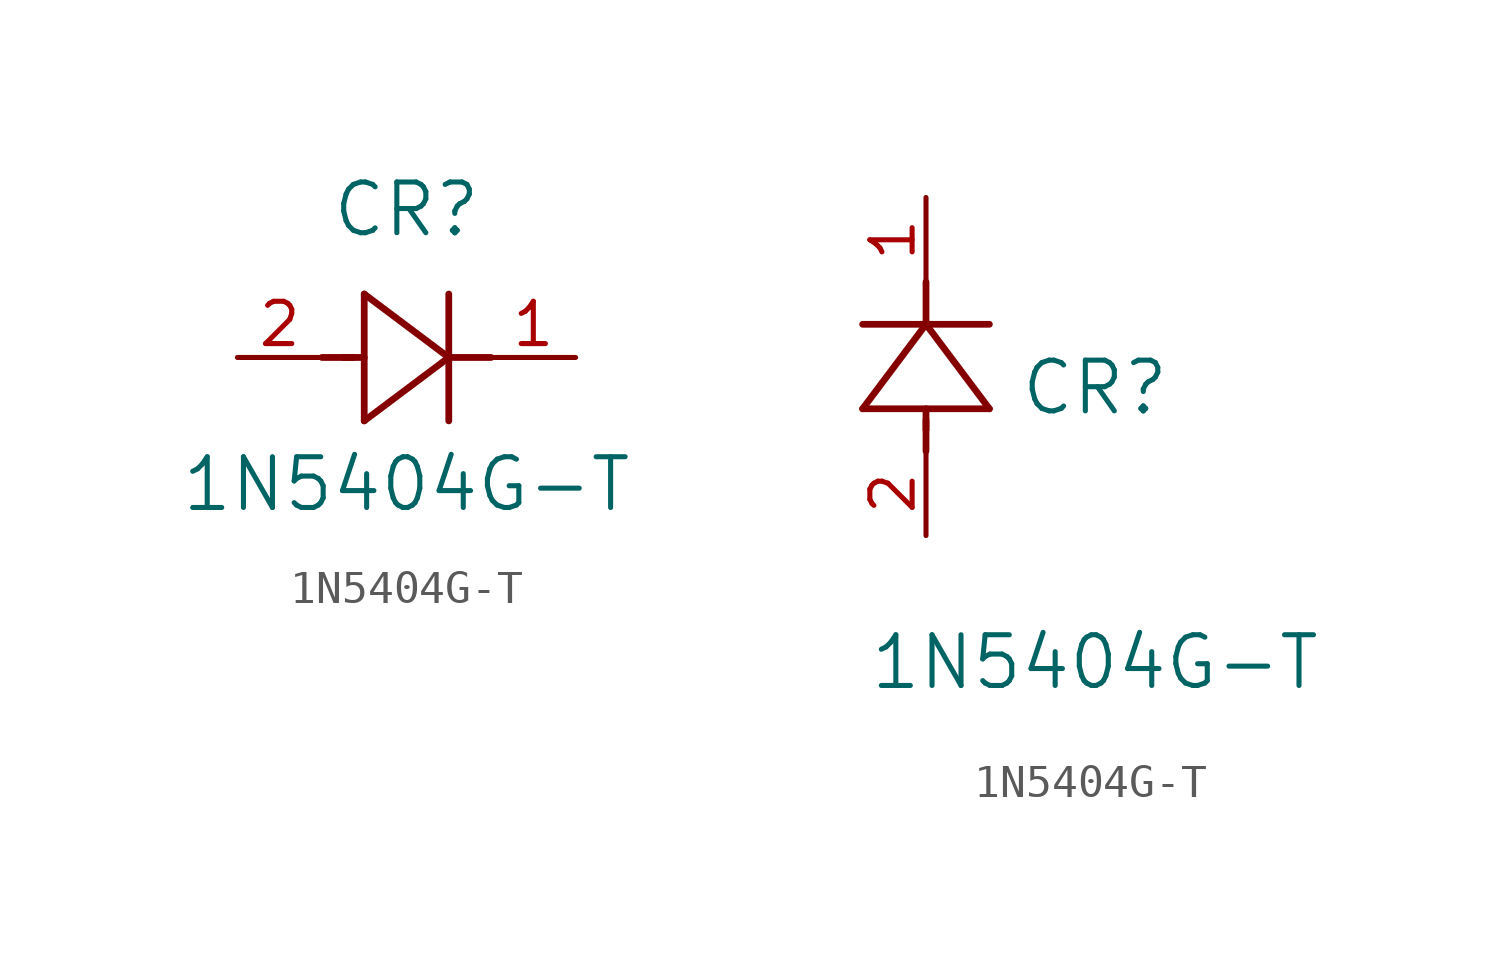
<source format=kicad_sym>
(kicad_symbol_lib
  (version 20211014)
  (generator kicad_symbol_editor)
  (symbol "1N5404G-T"
    (pin_names
      (offset 0.254))
    (property "Reference" "CR"
      (at 5.08 4.445 0)
      (effects (font (size 1.524 1.524))))
    (property "Value" "1N5404G-T"
      (at 5.08 -3.81 0)
      (effects (font (size 1.524 1.524))))
    (symbol "1N5404G-T_1_1"
      (polyline (pts (xy 2.54 0) (xy 3.48 0)) (stroke (width 0.203) (type default) (color 0 0 0 0)) (fill (type none)))
      (polyline (pts (xy 3.81 1.905) (xy 3.81 -1.905)) (stroke (width 0.203) (type default) (color 0 0 0 0)) (fill (type none)))
      (polyline (pts (xy 3.175 0) (xy 3.81 0)) (stroke (width 0.203) (type default) (color 0 0 0 0)) (fill (type none)))
      (polyline (pts (xy 6.35 -1.905) (xy 6.35 1.905)) (stroke (width 0.203) (type default) (color 0 0 0 0)) (fill (type none)))
      (polyline (pts (xy 6.35 0) (xy 7.62 0)) (stroke (width 0.203) (type default) (color 0 0 0 0)) (fill (type none)))
      (polyline (pts (xy 6.35 0) (xy 3.81 1.905)) (stroke (width 0.203) (type default) (color 0 0 0 0)) (fill (type none)))
      (polyline (pts (xy 3.81 -1.905) (xy 6.35 0)) (stroke (width 0.203) (type default) (color 0 0 0 0)) (fill (type none)))
      (pin unspecified line (at 0 0 0) (length 2.54) (name "" (effects (font (size 1.27 1.27)))) (number "2" (effects (font (size 1.27 1.27)))))
      (pin unspecified line (at 10.16 0 180) (length 2.54) (name "" (effects (font (size 1.27 1.27)))) (number "1" (effects (font (size 1.27 1.27))))))
    (symbol "1N5404G-T_1_2"
      (polyline (pts (xy 0 2.54) (xy 0 3.48)) (stroke (width 0.203) (type default) (color 0 0 0 0)) (fill (type none)))
      (polyline (pts (xy -1.905 3.81) (xy 1.905 3.81)) (stroke (width 0.203) (type default) (color 0 0 0 0)) (fill (type none)))
      (polyline (pts (xy 0 3.175) (xy 0 3.81)) (stroke (width 0.203) (type default) (color 0 0 0 0)) (fill (type none)))
      (polyline (pts (xy 1.905 6.35) (xy -1.905 6.35)) (stroke (width 0.203) (type default) (color 0 0 0 0)) (fill (type none)))
      (polyline (pts (xy 0 6.35) (xy 0 7.62)) (stroke (width 0.203) (type default) (color 0 0 0 0)) (fill (type none)))
      (polyline (pts (xy 0 6.35) (xy -1.905 3.81)) (stroke (width 0.203) (type default) (color 0 0 0 0)) (fill (type none)))
      (polyline (pts (xy 1.905 3.81) (xy 0 6.35)) (stroke (width 0.203) (type default) (color 0 0 0 0)) (fill (type none)))
      (pin unspecified line (at 0 0 90) (length 2.54) (name "" (effects (font (size 1.27 1.27)))) (number "2" (effects (font (size 1.27 1.27)))))
      (pin unspecified line (at 0 10.16 270) (length 2.54) (name "" (effects (font (size 1.27 1.27)))) (number "1" (effects (font (size 1.27 1.27))))))))
</source>
